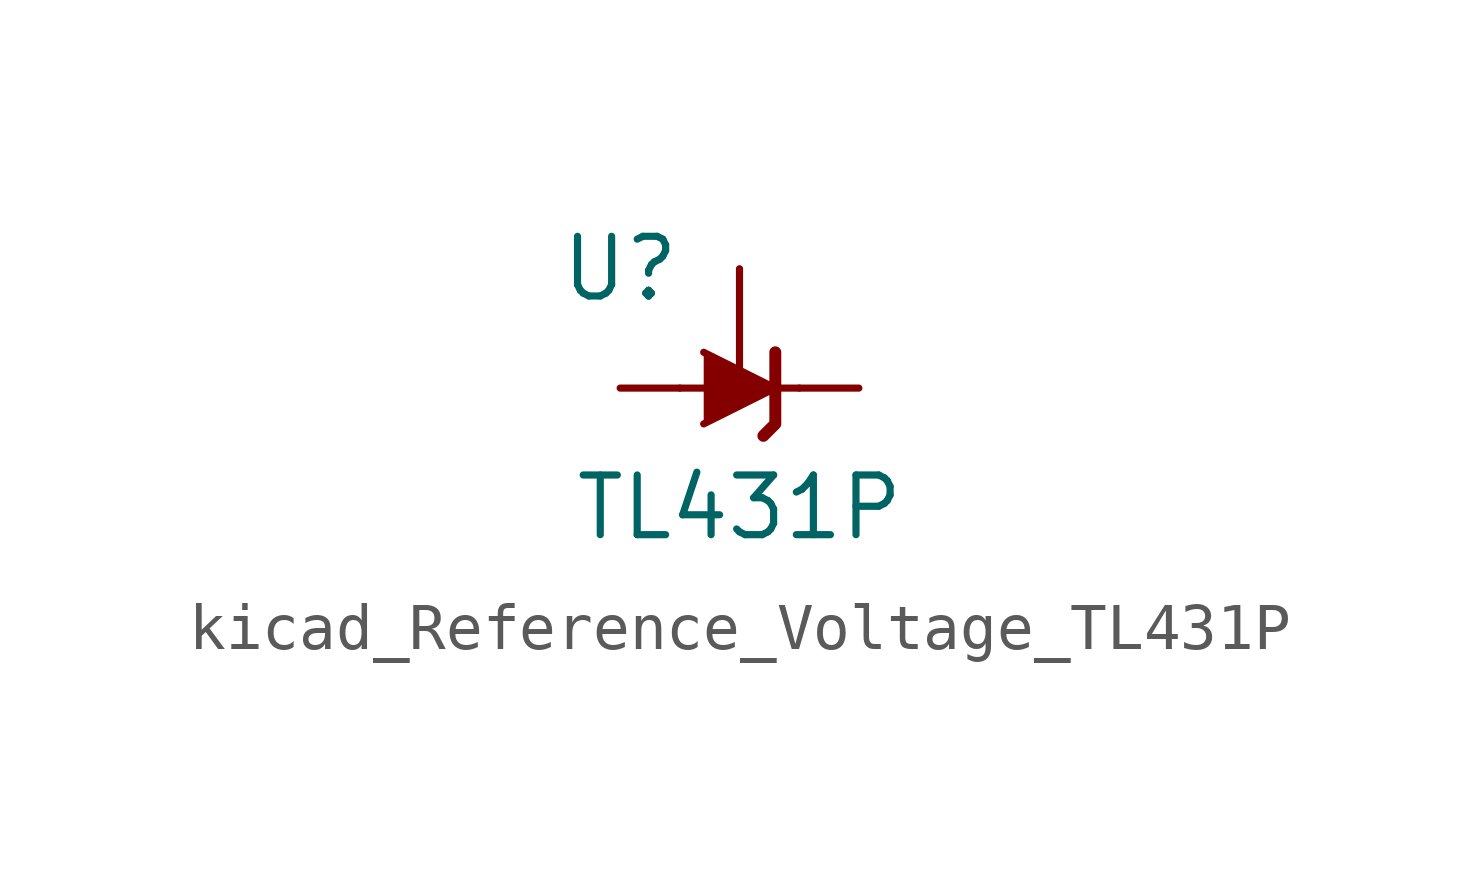
<source format=kicad_sym>
(kicad_symbol_lib
  (version 20220914)
  (generator kicad_symbol_editor)
  (symbol "kicad_Reference_Voltage_TL431P"
    (pin_numbers hide)
    (pin_names hide)
    (property "Reference" "U"
      (at -2.54 2.54 0)
      (effects (font (size 1.27 1.27))))
    (property "Value" "TL431P"
      (at 0 -2.54 0)
      (effects (font (size 1.27 1.27))))
    (symbol "kicad_Reference_Voltage_TL431P_0_1"
      (polyline (pts (xy -1.27 0) (xy 0 0) (xy 1.27 0)) (stroke (width 0) (type default)) (fill (type none)))
      (polyline (pts (xy -0.762 0.762) (xy 0.762 0) (xy -0.762 -0.762)) (stroke (width 0) (type default)) (fill (type outline)))
      (polyline (pts (xy 0.508 -1.016) (xy 0.762 -0.762) (xy 0.762 0.762) (xy 0.762 0.762)) (stroke (width 0.254) (type default)) (fill (type none))))
    (symbol "kicad_Reference_Voltage_TL431P_1_1"
      (pin passive line (at 2.54 0 180) (length 1.27) (name "K" (effects (font (size 1.27 1.27)))) (number "1" (effects (font (size 1.27 1.27)))))
      (pin passive line (at -2.54 0 0) (length 1.27) (name "A" (effects (font (size 1.27 1.27)))) (number "6" (effects (font (size 1.27 1.27)))))
      (pin passive line (at 0 2.54 270) (length 2.54) (name "REF" (effects (font (size 1.27 1.27)))) (number "8" (effects (font (size 1.27 1.27))))))))
</source>
